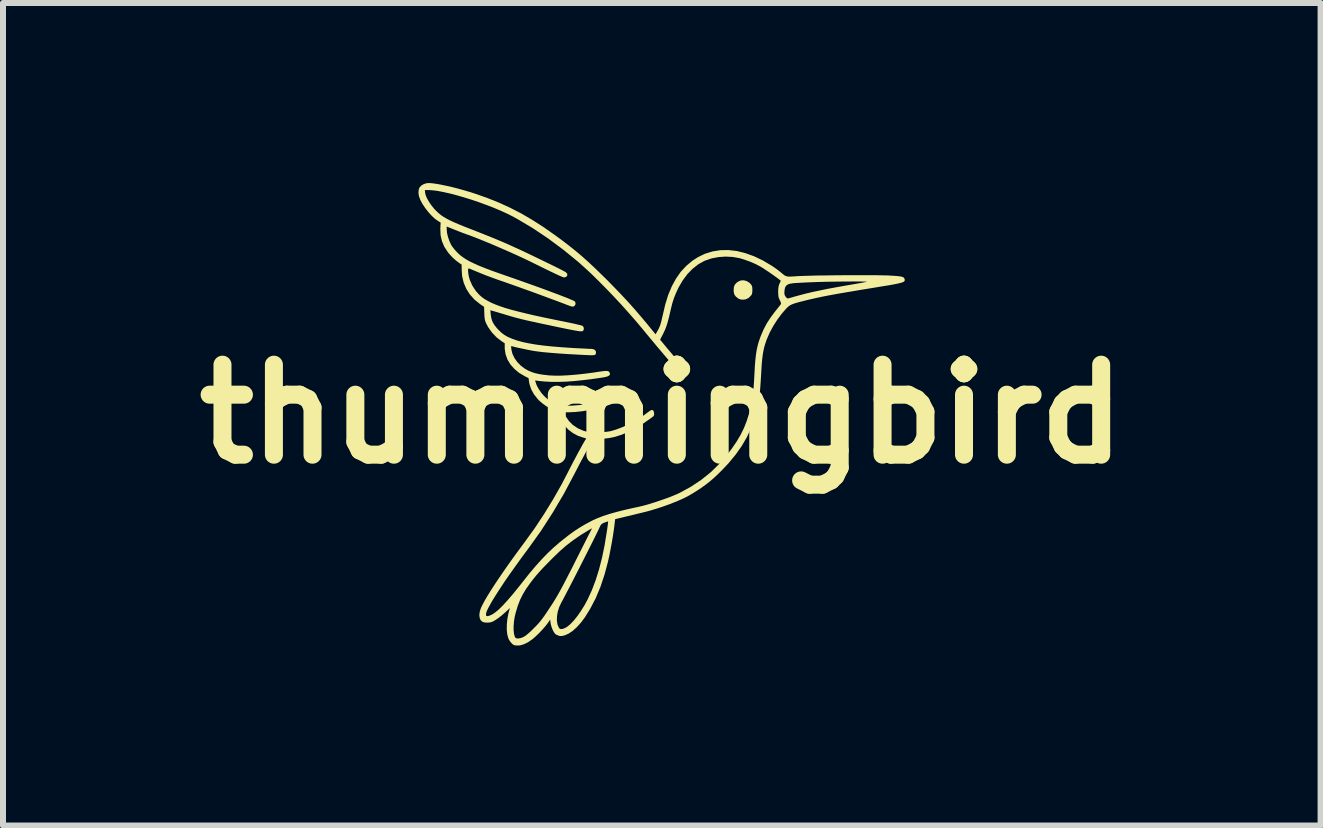
<source format=kicad_pcb>
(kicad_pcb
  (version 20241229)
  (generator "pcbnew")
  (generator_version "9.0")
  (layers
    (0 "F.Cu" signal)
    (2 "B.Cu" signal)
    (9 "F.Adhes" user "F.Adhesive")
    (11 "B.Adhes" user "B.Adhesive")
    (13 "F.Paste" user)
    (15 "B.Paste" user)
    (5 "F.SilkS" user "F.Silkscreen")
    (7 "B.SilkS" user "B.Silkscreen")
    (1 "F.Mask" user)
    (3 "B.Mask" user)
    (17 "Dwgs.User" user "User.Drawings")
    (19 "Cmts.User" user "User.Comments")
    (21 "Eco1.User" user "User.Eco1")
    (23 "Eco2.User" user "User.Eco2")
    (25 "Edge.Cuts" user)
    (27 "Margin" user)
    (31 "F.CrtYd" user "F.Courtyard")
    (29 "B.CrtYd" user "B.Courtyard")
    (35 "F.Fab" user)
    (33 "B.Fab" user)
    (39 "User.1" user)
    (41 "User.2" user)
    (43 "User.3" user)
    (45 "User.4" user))
  (footprint "thummingbird"
    (layer "F.Cu")
    (at 7.979 3.849)
    (property "Reference" "thummingbird" (at 0 0 0) (layer "F.SilkS") (effects (font (size 1.5 1.5) (thickness 0.3))))
    (attr board_only exclude_from_pos_files exclude_from_bom)
    (fp_poly (pts (xy 1.414 -2.215) (xy 1.459 -2.188) (xy 1.489 -2.156) (xy 1.502 -2.133) (xy 1.508 -2.104) (xy 1.509 -2.066) (xy 1.507 -2.025) (xy 1.501 -1.997) (xy 1.489 -1.977) (xy 1.448 -1.935) (xy 1.4 -1.911) (xy 1.353 -1.905) (xy 1.309 -1.909) (xy 1.274 -1.924) (xy 1.27 -1.927) (xy 1.231 -1.959) (xy 1.208 -1.993) (xy 1.198 -2.036) (xy 1.197 -2.066) (xy 1.201 -2.116) (xy 1.216 -2.155) (xy 1.246 -2.187) (xy 1.27 -2.205) (xy 1.315 -2.225) (xy 1.365 -2.228)) (stroke (width 0) (type solid)) (fill yes) (layer "F.SilkS"))
    (fp_poly (pts (xy -3.836 -3.846) (xy -3.768 -3.837) (xy -3.687 -3.823) (xy -3.596 -3.804) (xy -3.498 -3.782) (xy -3.396 -3.756) (xy -3.293 -3.727) (xy -3.191 -3.697) (xy -3.12 -3.674) (xy -2.911 -3.601) (xy -2.714 -3.522) (xy -2.526 -3.436) (xy -2.341 -3.341) (xy -2.158 -3.234) (xy -1.972 -3.115) (xy -1.792 -2.989) (xy -1.667 -2.898) (xy -1.552 -2.81) (xy -1.443 -2.723) (xy -1.336 -2.633) (xy -1.23 -2.538) (xy -1.119 -2.435) (xy -1.002 -2.321) (xy -0.922 -2.243) (xy -0.79 -2.108) (xy -0.669 -1.982) (xy -0.556 -1.861) (xy -0.448 -1.74) (xy -0.341 -1.615) (xy -0.231 -1.484) (xy -0.23 -1.482) (xy -0.104 -1.328) (xy -0.077 -1.375) (xy -0.05 -1.425) (xy -0.027 -1.48) (xy -0.008 -1.545) (xy 0.01 -1.623) (xy 0.016 -1.649) (xy 0.057 -1.825) (xy 0.107 -1.986) (xy 0.167 -2.129) (xy 0.237 -2.257) (xy 0.316 -2.37) (xy 0.407 -2.468) (xy 0.508 -2.553) (xy 0.603 -2.614) (xy 0.721 -2.671) (xy 0.846 -2.709) (xy 0.976 -2.73) (xy 1.111 -2.732) (xy 1.249 -2.716) (xy 1.391 -2.681) (xy 1.536 -2.629) (xy 1.683 -2.559) (xy 1.831 -2.471) (xy 1.842 -2.464) (xy 1.886 -2.434) (xy 1.93 -2.402) (xy 1.968 -2.372) (xy 1.983 -2.36) (xy 2.016 -2.332) (xy 2.042 -2.312) (xy 2.066 -2.299) (xy 2.092 -2.292) (xy 2.125 -2.289) (xy 2.167 -2.291) (xy 2.223 -2.294) (xy 2.241 -2.296) (xy 2.287 -2.298) (xy 2.351 -2.301) (xy 2.43 -2.303) (xy 2.522 -2.306) (xy 2.623 -2.308) (xy 2.733 -2.309) (xy 2.849 -2.311) (xy 2.967 -2.312) (xy 3.087 -2.313) (xy 3.206 -2.313) (xy 3.321 -2.313) (xy 3.43 -2.313) (xy 3.531 -2.313) (xy 3.621 -2.312) (xy 3.699 -2.31) (xy 3.761 -2.309) (xy 3.795 -2.307) (xy 3.87 -2.303) (xy 3.928 -2.298) (xy 3.971 -2.293) (xy 4.002 -2.287) (xy 4.023 -2.279) (xy 4.035 -2.268) (xy 4.043 -2.256) (xy 4.044 -2.254) (xy 4.048 -2.239) (xy 4.048 -2.225) (xy 4.042 -2.213) (xy 4.028 -2.202) (xy 4.004 -2.192) (xy 3.969 -2.182) (xy 3.922 -2.171) (xy 3.861 -2.159) (xy 3.784 -2.145) (xy 3.69 -2.13) (xy 3.659 -2.125) (xy 3.485 -2.096) (xy 3.329 -2.071) (xy 3.189 -2.047) (xy 3.064 -2.026) (xy 2.952 -2.007) (xy 2.851 -1.989) (xy 2.761 -1.972) (xy 2.679 -1.956) (xy 2.604 -1.94) (xy 2.535 -1.925) (xy 2.47 -1.91) (xy 2.407 -1.895) (xy 2.364 -1.884) (xy 2.292 -1.866) (xy 2.235 -1.85) (xy 2.192 -1.836) (xy 2.158 -1.822) (xy 2.132 -1.808) (xy 2.109 -1.791) (xy 2.087 -1.771) (xy 2.076 -1.76) (xy 2 -1.673) (xy 1.926 -1.574) (xy 1.857 -1.466) (xy 1.798 -1.357) (xy 1.752 -1.251) (xy 1.744 -1.231) (xy 1.724 -1.172) (xy 1.707 -1.115) (xy 1.694 -1.057) (xy 1.683 -0.995) (xy 1.674 -0.926) (xy 1.666 -0.845) (xy 1.66 -0.751) (xy 1.656 -0.677) (xy 1.651 -0.599) (xy 1.646 -0.521) (xy 1.641 -0.448) (xy 1.636 -0.383) (xy 1.63 -0.33) (xy 1.626 -0.296) (xy 1.593 -0.109) (xy 1.548 0.065) (xy 1.49 0.228) (xy 1.419 0.383) (xy 1.333 0.531) (xy 1.231 0.676) (xy 1.112 0.82) (xy 1.016 0.922) (xy 0.94 0.998) (xy 0.872 1.062) (xy 0.805 1.12) (xy 0.736 1.174) (xy 0.66 1.229) (xy 0.612 1.261) (xy 0.526 1.316) (xy 0.44 1.366) (xy 0.349 1.412) (xy 0.251 1.455) (xy 0.143 1.498) (xy 0.02 1.542) (xy -0.056 1.567) (xy -0.096 1.58) (xy -0.133 1.591) (xy -0.171 1.603) (xy -0.21 1.614) (xy -0.255 1.626) (xy -0.307 1.639) (xy -0.369 1.654) (xy -0.443 1.672) (xy -0.531 1.694) (xy -0.602 1.71) (xy -0.778 1.753) (xy -0.79 1.856) (xy -0.801 1.941) (xy -0.816 2.039) (xy -0.834 2.145) (xy -0.854 2.252) (xy -0.874 2.354) (xy -0.894 2.446) (xy -0.895 2.452) (xy -0.954 2.674) (xy -1.023 2.881) (xy -1.103 3.072) (xy -1.195 3.248) (xy -1.282 3.388) (xy -1.349 3.478) (xy -1.418 3.554) (xy -1.487 3.616) (xy -1.555 3.661) (xy -1.62 3.689) (xy -1.637 3.694) (xy -1.671 3.7) (xy -1.696 3.7) (xy -1.722 3.693) (xy -1.737 3.687) (xy -1.763 3.675) (xy -1.781 3.66) (xy -1.797 3.638) (xy -1.815 3.605) (xy -1.834 3.56) (xy -1.848 3.513) (xy -1.854 3.484) (xy -1.859 3.442) (xy -1.749 3.442) (xy -1.739 3.507) (xy -1.716 3.56) (xy -1.714 3.563) (xy -1.7 3.579) (xy -1.682 3.584) (xy -1.661 3.583) (xy -1.63 3.574) (xy -1.596 3.557) (xy -1.58 3.548) (xy -1.525 3.503) (xy -1.466 3.441) (xy -1.405 3.365) (xy -1.345 3.278) (xy -1.286 3.183) (xy -1.237 3.091) (xy -1.166 2.937) (xy -1.103 2.771) (xy -1.047 2.592) (xy -0.997 2.398) (xy -0.954 2.189) (xy -0.917 1.962) (xy -0.915 1.949) (xy -0.907 1.896) (xy -0.901 1.851) (xy -0.897 1.816) (xy -0.894 1.795) (xy -0.894 1.79) (xy -0.904 1.792) (xy -0.926 1.799) (xy -0.954 1.809) (xy -0.984 1.822) (xy -1.004 1.835) (xy -1.019 1.853) (xy -1.034 1.881) (xy -1.04 1.895) (xy -1.057 1.932) (xy -1.083 1.985) (xy -1.115 2.05) (xy -1.153 2.127) (xy -1.196 2.212) (xy -1.242 2.304) (xy -1.291 2.4) (xy -1.341 2.499) (xy -1.392 2.599) (xy -1.442 2.697) (xy -1.49 2.79) (xy -1.535 2.878) (xy -1.577 2.958) (xy -1.613 3.027) (xy -1.643 3.084) (xy -1.666 3.127) (xy -1.673 3.139) (xy -1.709 3.215) (xy -1.734 3.293) (xy -1.747 3.37) (xy -1.749 3.442) (xy -1.859 3.442) (xy -1.861 3.427) (xy -1.904 3.489) (xy -1.943 3.539) (xy -1.991 3.594) (xy -2.045 3.651) (xy -2.1 3.704) (xy -2.149 3.747) (xy -2.163 3.758) (xy -2.234 3.806) (xy -2.301 3.838) (xy -2.363 3.856) (xy -2.396 3.858) (xy -2.428 3.857) (xy -2.453 3.854) (xy -2.462 3.852) (xy -2.489 3.835) (xy -2.518 3.804) (xy -2.544 3.767) (xy -2.559 3.736) (xy -2.576 3.672) (xy -2.584 3.594) (xy -2.583 3.537) (xy -2.47 3.537) (xy -2.47 3.603) (xy -2.464 3.66) (xy -2.453 3.704) (xy -2.44 3.729) (xy -2.42 3.74) (xy -2.388 3.741) (xy -2.349 3.733) (xy -2.307 3.717) (xy -2.305 3.716) (xy -2.273 3.696) (xy -2.233 3.664) (xy -2.183 3.62) (xy -2.134 3.571) (xy -2.091 3.528) (xy -2.054 3.488) (xy -2.021 3.449) (xy -1.988 3.406) (xy -1.952 3.356) (xy -1.911 3.295) (xy -1.893 3.268) (xy -1.857 3.213) (xy -1.824 3.163) (xy -1.793 3.114) (xy -1.763 3.064) (xy -1.733 3.013) (xy -1.702 2.958) (xy -1.669 2.898) (xy -1.633 2.83) (xy -1.593 2.753) (xy -1.548 2.665) (xy -1.496 2.565) (xy -1.438 2.449) (xy -1.398 2.369) (xy -1.163 1.904) (xy -1.209 1.93) (xy -1.347 2.014) (xy -1.471 2.099) (xy -1.587 2.187) (xy -1.699 2.285) (xy -1.814 2.396) (xy -1.828 2.41) (xy -1.899 2.482) (xy -1.959 2.543) (xy -2.009 2.596) (xy -2.051 2.643) (xy -2.09 2.687) (xy -2.125 2.73) (xy -2.16 2.774) (xy -2.197 2.823) (xy -2.2 2.827) (xy -2.265 2.919) (xy -2.318 3.008) (xy -2.363 3.099) (xy -2.401 3.198) (xy -2.435 3.311) (xy -2.438 3.322) (xy -2.454 3.393) (xy -2.465 3.466) (xy -2.47 3.537) (xy -2.583 3.537) (xy -2.583 3.508) (xy -2.574 3.417) (xy -2.557 3.326) (xy -2.545 3.28) (xy -2.531 3.233) (xy -2.606 3.303) (xy -2.667 3.356) (xy -2.726 3.402) (xy -2.78 3.438) (xy -2.825 3.463) (xy -2.828 3.464) (xy -2.867 3.474) (xy -2.913 3.477) (xy -2.957 3.473) (xy -2.988 3.464) (xy -3.018 3.438) (xy -3.035 3.399) (xy -3.041 3.35) (xy -3.034 3.294) (xy -3.016 3.237) (xy -2.991 3.184) (xy -2.955 3.116) (xy -2.909 3.037) (xy -2.852 2.945) (xy -2.787 2.844) (xy -2.714 2.735) (xy -2.634 2.618) (xy -2.548 2.495) (xy -2.457 2.368) (xy -2.361 2.237) (xy -2.281 2.129) (xy -2.12 1.906) (xy -1.963 1.669) (xy -1.812 1.423) (xy -1.67 1.173) (xy -1.563 0.967) (xy -1.536 0.913) (xy -1.504 0.852) (xy -1.471 0.788) (xy -1.436 0.723) (xy -1.402 0.658) (xy -1.368 0.597) (xy -1.338 0.542) (xy -1.312 0.494) (xy -1.29 0.457) (xy -1.276 0.433) (xy -1.269 0.424) (xy -1.261 0.415) (xy -1.269 0.405) (xy -1.296 0.396) (xy -1.314 0.392) (xy -1.399 0.363) (xy -1.482 0.318) (xy -1.559 0.259) (xy -1.627 0.188) (xy -1.682 0.11) (xy -1.698 0.079) (xy -1.716 0.042) (xy -1.73 0.009) (xy -1.738 -0.014) (xy -1.739 -0.02) (xy -1.743 -0.035) (xy -1.756 -0.047) (xy -1.783 -0.06) (xy -1.815 -0.071) (xy -1.867 -0.095) (xy -1.925 -0.13) (xy -1.984 -0.172) (xy -2.038 -0.218) (xy -2.064 -0.244) (xy -2.13 -0.327) (xy -2.177 -0.412) (xy -2.206 -0.5) (xy -2.21 -0.522) (xy -2.221 -0.598) (xy -2.285 -0.63) (xy -2.379 -0.686) (xy -2.459 -0.753) (xy -2.524 -0.827) (xy -2.573 -0.909) (xy -2.604 -0.996) (xy -2.618 -1.088) (xy -2.618 -1.107) (xy -2.618 -1.179) (xy -2.669 -1.212) (xy -2.754 -1.277) (xy -2.83 -1.357) (xy -2.894 -1.447) (xy -2.928 -1.511) (xy -2.94 -1.54) (xy -2.948 -1.569) (xy -2.954 -1.603) (xy -2.957 -1.648) (xy -2.958 -1.677) (xy -2.962 -1.786) (xy -3.03 -1.832) (xy -3.122 -1.906) (xy -3.198 -1.991) (xy -3.258 -2.085) (xy -3.302 -2.188) (xy -3.328 -2.298) (xy -3.335 -2.396) (xy -3.336 -2.49) (xy -3.38 -2.519) (xy -3.434 -2.56) (xy -3.491 -2.612) (xy -3.544 -2.67) (xy -3.565 -2.696) (xy -3.624 -2.785) (xy -3.664 -2.879) (xy -3.687 -2.979) (xy -3.691 -3.087) (xy -3.691 -3.092) (xy -3.686 -3.191) (xy -3.724 -3.213) (xy -3.777 -3.25) (xy -3.834 -3.302) (xy -3.89 -3.364) (xy -3.944 -3.433) (xy -3.991 -3.504) (xy -4.026 -3.57) (xy -4.048 -3.632) (xy -4.056 -3.692) (xy -4.051 -3.732) (xy -3.949 -3.732) (xy -3.944 -3.683) (xy -3.933 -3.64) (xy -3.91 -3.588) (xy -3.877 -3.531) (xy -3.838 -3.474) (xy -3.794 -3.42) (xy -3.784 -3.409) (xy -3.748 -3.373) (xy -3.713 -3.341) (xy -3.676 -3.311) (xy -3.634 -3.283) (xy -3.586 -3.255) (xy -3.53 -3.226) (xy -3.463 -3.195) (xy -3.384 -3.161) (xy -3.291 -3.123) (xy -3.181 -3.08) (xy -3.173 -3.077) (xy -3.061 -3.033) (xy -2.96 -2.993) (xy -2.867 -2.956) (xy -2.781 -2.921) (xy -2.698 -2.886) (xy -2.618 -2.852) (xy -2.537 -2.816) (xy -2.454 -2.778) (xy -2.365 -2.738) (xy -2.27 -2.693) (xy -2.165 -2.643) (xy -2.049 -2.587) (xy -1.919 -2.524) (xy -1.822 -2.477) (xy -1.763 -2.448) (xy -1.709 -2.421) (xy -1.663 -2.397) (xy -1.627 -2.378) (xy -1.604 -2.365) (xy -1.6 -2.362) (xy -1.578 -2.339) (xy -1.574 -2.314) (xy -1.585 -2.292) (xy -1.61 -2.279) (xy -1.631 -2.276) (xy -1.646 -2.28) (xy -1.674 -2.291) (xy -1.717 -2.31) (xy -1.775 -2.337) (xy -1.848 -2.372) (xy -1.937 -2.415) (xy -2.043 -2.467) (xy -2.13 -2.51) (xy -2.224 -2.556) (xy -2.329 -2.606) (xy -2.443 -2.658) (xy -2.561 -2.711) (xy -2.681 -2.763) (xy -2.801 -2.815) (xy -2.916 -2.863) (xy -3.024 -2.907) (xy -3.122 -2.946) (xy -3.206 -2.978) (xy -3.239 -2.989) (xy -3.277 -3.003) (xy -3.328 -3.022) (xy -3.385 -3.044) (xy -3.441 -3.066) (xy -3.451 -3.07) (xy -3.585 -3.124) (xy -3.585 -3.078) (xy -3.58 -3.021) (xy -3.565 -2.955) (xy -3.543 -2.889) (xy -3.516 -2.829) (xy -3.508 -2.813) (xy -3.482 -2.776) (xy -3.447 -2.733) (xy -3.408 -2.691) (xy -3.393 -2.676) (xy -3.354 -2.641) (xy -3.309 -2.608) (xy -3.259 -2.575) (xy -3.2 -2.542) (xy -3.131 -2.509) (xy -3.052 -2.473) (xy -2.959 -2.436) (xy -2.853 -2.395) (xy -2.73 -2.351) (xy -2.599 -2.305) (xy -2.48 -2.264) (xy -2.361 -2.222) (xy -2.243 -2.18) (xy -2.128 -2.139) (xy -2.017 -2.099) (xy -1.911 -2.06) (xy -1.813 -2.023) (xy -1.723 -1.99) (xy -1.644 -1.959) (xy -1.576 -1.933) (xy -1.522 -1.91) (xy -1.482 -1.893) (xy -1.458 -1.882) (xy -1.453 -1.878) (xy -1.438 -1.853) (xy -1.44 -1.825) (xy -1.452 -1.806) (xy -1.465 -1.794) (xy -1.479 -1.79) (xy -1.499 -1.791) (xy -1.529 -1.8) (xy -1.573 -1.816) (xy -1.578 -1.818) (xy -1.651 -1.846) (xy -1.739 -1.879) (xy -1.839 -1.916) (xy -1.947 -1.956) (xy -2.06 -1.998) (xy -2.175 -2.04) (xy -2.287 -2.08) (xy -2.395 -2.119) (xy -2.494 -2.154) (xy -2.582 -2.185) (xy -2.618 -2.198) (xy -2.729 -2.236) (xy -2.825 -2.271) (xy -2.912 -2.303) (xy -2.993 -2.335) (xy -3.074 -2.368) (xy -3.158 -2.403) (xy -3.181 -2.413) (xy -3.207 -2.423) (xy -3.219 -2.426) (xy -3.225 -2.419) (xy -3.228 -2.409) (xy -3.229 -2.382) (xy -3.225 -2.342) (xy -3.217 -2.295) (xy -3.204 -2.248) (xy -3.199 -2.232) (xy -3.158 -2.139) (xy -3.1 -2.051) (xy -3.044 -1.988) (xy -3.005 -1.953) (xy -2.961 -1.92) (xy -2.909 -1.889) (xy -2.85 -1.858) (xy -2.782 -1.828) (xy -2.703 -1.798) (xy -2.614 -1.768) (xy -2.512 -1.738) (xy -2.396 -1.708) (xy -2.267 -1.676) (xy -2.121 -1.642) (xy -1.959 -1.607) (xy -1.78 -1.57) (xy -1.671 -1.548) (xy -1.592 -1.532) (xy -1.519 -1.517) (xy -1.454 -1.503) (xy -1.4 -1.49) (xy -1.357 -1.48) (xy -1.33 -1.472) (xy -1.321 -1.469) (xy -1.305 -1.449) (xy -1.299 -1.421) (xy -1.306 -1.395) (xy -1.311 -1.389) (xy -1.317 -1.384) (xy -1.324 -1.38) (xy -1.334 -1.378) (xy -1.349 -1.378) (xy -1.37 -1.379) (xy -1.398 -1.383) (xy -1.435 -1.389) (xy -1.483 -1.398) (xy -1.542 -1.409) (xy -1.615 -1.424) (xy -1.703 -1.442) (xy -1.807 -1.464) (xy -1.91 -1.486) (xy -2.02 -1.509) (xy -2.114 -1.53) (xy -2.195 -1.547) (xy -2.265 -1.563) (xy -2.328 -1.578) (xy -2.385 -1.593) (xy -2.441 -1.607) (xy -2.498 -1.623) (xy -2.558 -1.641) (xy -2.625 -1.661) (xy -2.645 -1.667) (xy -2.706 -1.685) (xy -2.759 -1.701) (xy -2.804 -1.714) (xy -2.836 -1.723) (xy -2.854 -1.729) (xy -2.856 -1.729) (xy -2.856 -1.72) (xy -2.855 -1.697) (xy -2.852 -1.663) (xy -2.851 -1.653) (xy -2.84 -1.59) (xy -2.82 -1.534) (xy -2.789 -1.481) (xy -2.745 -1.426) (xy -2.716 -1.396) (xy -2.671 -1.353) (xy -2.63 -1.322) (xy -2.586 -1.295) (xy -2.559 -1.281) (xy -2.487 -1.251) (xy -2.407 -1.223) (xy -2.316 -1.198) (xy -2.214 -1.177) (xy -2.099 -1.157) (xy -1.969 -1.14) (xy -1.824 -1.125) (xy -1.663 -1.112) (xy -1.483 -1.1) (xy -1.465 -1.099) (xy -1.393 -1.095) (xy -1.326 -1.092) (xy -1.267 -1.089) (xy -1.218 -1.086) (xy -1.183 -1.085) (xy -1.165 -1.084) (xy -1.165 -1.084) (xy -1.131 -1.077) (xy -1.107 -1.058) (xy -1.096 -1.032) (xy -1.1 -1.004) (xy -1.107 -0.992) (xy -1.111 -0.987) (xy -1.118 -0.984) (xy -1.128 -0.981) (xy -1.145 -0.98) (xy -1.17 -0.979) (xy -1.206 -0.98) (xy -1.254 -0.982) (xy -1.317 -0.985) (xy -1.396 -0.989) (xy -1.427 -0.991) (xy -1.59 -1) (xy -1.735 -1.01) (xy -1.861 -1.02) (xy -1.971 -1.03) (xy -2.064 -1.041) (xy -2.126 -1.05) (xy -2.168 -1.057) (xy -2.219 -1.067) (xy -2.276 -1.079) (xy -2.333 -1.091) (xy -2.387 -1.102) (xy -2.435 -1.113) (xy -2.472 -1.122) (xy -2.494 -1.129) (xy -2.495 -1.129) (xy -2.505 -1.132) (xy -2.51 -1.127) (xy -2.511 -1.11) (xy -2.508 -1.08) (xy -2.491 -1.007) (xy -2.457 -0.934) (xy -2.409 -0.866) (xy -2.348 -0.804) (xy -2.277 -0.751) (xy -2.226 -0.723) (xy -2.171 -0.7) (xy -2.113 -0.681) (xy -2.049 -0.666) (xy -1.975 -0.654) (xy -1.886 -0.644) (xy -1.876 -0.643) (xy -1.787 -0.639) (xy -1.681 -0.639) (xy -1.561 -0.645) (xy -1.428 -0.656) (xy -1.285 -0.671) (xy -1.133 -0.691) (xy -1.07 -0.701) (xy -1.006 -0.71) (xy -0.958 -0.716) (xy -0.924 -0.718) (xy -0.901 -0.715) (xy -0.885 -0.709) (xy -0.875 -0.698) (xy -0.871 -0.69) (xy -0.863 -0.669) (xy -0.867 -0.654) (xy -0.875 -0.645) (xy -0.885 -0.636) (xy -0.902 -0.628) (xy -0.927 -0.62) (xy -0.962 -0.612) (xy -1.01 -0.604) (xy -1.074 -0.595) (xy -1.138 -0.586) (xy -1.306 -0.565) (xy -1.458 -0.549) (xy -1.596 -0.539) (xy -1.722 -0.535) (xy -1.839 -0.535) (xy -1.948 -0.541) (xy -2.054 -0.551) (xy -2.064 -0.553) (xy -2.111 -0.559) (xy -2.104 -0.531) (xy -2.084 -0.475) (xy -2.05 -0.413) (xy -2.007 -0.351) (xy -1.957 -0.295) (xy -1.905 -0.248) (xy -1.899 -0.243) (xy -1.835 -0.201) (xy -1.771 -0.171) (xy -1.702 -0.151) (xy -1.625 -0.141) (xy -1.536 -0.138) (xy -1.485 -0.14) (xy -1.361 -0.15) (xy -1.233 -0.17) (xy -1.101 -0.198) (xy -0.96 -0.237) (xy -0.808 -0.287) (xy -0.692 -0.329) (xy -0.664 -0.339) (xy -0.648 -0.341) (xy -0.636 -0.336) (xy -0.626 -0.328) (xy -0.609 -0.302) (xy -0.608 -0.274) (xy -0.623 -0.252) (xy -0.639 -0.242) (xy -0.67 -0.228) (xy -0.714 -0.211) (xy -0.766 -0.191) (xy -0.824 -0.171) (xy -0.883 -0.15) (xy -0.941 -0.131) (xy -0.967 -0.123) (xy -1.087 -0.091) (xy -1.211 -0.065) (xy -1.333 -0.045) (xy -1.448 -0.033) (xy -1.54 -0.029) (xy -1.58 -0.029) (xy -1.611 -0.027) (xy -1.629 -0.025) (xy -1.631 -0.023) (xy -1.627 -0.012) (xy -1.616 0.011) (xy -1.6 0.041) (xy -1.6 0.041) (xy -1.548 0.118) (xy -1.481 0.184) (xy -1.4 0.238) (xy -1.307 0.279) (xy -1.269 0.29) (xy -1.21 0.302) (xy -1.138 0.307) (xy -1.058 0.308) (xy -0.975 0.303) (xy -0.895 0.293) (xy -0.85 0.285) (xy -0.764 0.26) (xy -0.668 0.224) (xy -0.567 0.179) (xy -0.467 0.127) (xy -0.372 0.071) (xy -0.285 0.011) (xy -0.28 0.007) (xy -0.236 -0.026) (xy -0.205 -0.048) (xy -0.184 -0.061) (xy -0.169 -0.067) (xy -0.159 -0.067) (xy -0.149 -0.063) (xy -0.149 -0.063) (xy -0.135 -0.044) (xy -0.129 -0.012) (xy -0.128 0.009) (xy -0.132 0.025) (xy -0.144 0.04) (xy -0.168 0.059) (xy -0.183 0.07) (xy -0.314 0.162) (xy -0.438 0.238) (xy -0.557 0.299) (xy -0.674 0.347) (xy -0.791 0.383) (xy -0.847 0.395) (xy -0.886 0.402) (xy -0.938 0.408) (xy -0.994 0.413) (xy -1.04 0.416) (xy -1.09 0.419) (xy -1.125 0.422) (xy -1.146 0.426) (xy -1.158 0.43) (xy -1.164 0.437) (xy -1.167 0.445) (xy -1.173 0.461) (xy -1.188 0.49) (xy -1.208 0.53) (xy -1.234 0.578) (xy -1.261 0.627) (xy -1.293 0.687) (xy -1.331 0.758) (xy -1.372 0.835) (xy -1.412 0.913) (xy -1.449 0.984) (xy -1.451 0.988) (xy -1.628 1.322) (xy -1.816 1.641) (xy -2.014 1.948) (xy -2.207 2.218) (xy -2.33 2.384) (xy -2.44 2.537) (xy -2.54 2.677) (xy -2.628 2.805) (xy -2.705 2.922) (xy -2.773 3.028) (xy -2.832 3.124) (xy -2.881 3.212) (xy -2.895 3.238) (xy -2.918 3.287) (xy -2.93 3.327) (xy -2.929 3.355) (xy -2.924 3.365) (xy -2.907 3.369) (xy -2.878 3.363) (xy -2.842 3.348) (xy -2.817 3.335) (xy -2.769 3.301) (xy -2.711 3.252) (xy -2.645 3.186) (xy -2.57 3.104) (xy -2.486 3.006) (xy -2.392 2.891) (xy -2.315 2.794) (xy -2.205 2.655) (xy -2.101 2.532) (xy -2.001 2.421) (xy -1.903 2.32) (xy -1.805 2.227) (xy -1.704 2.14) (xy -1.652 2.098) (xy -1.553 2.02) (xy -1.461 1.953) (xy -1.372 1.895) (xy -1.281 1.841) (xy -1.182 1.788) (xy -1.153 1.773) (xy -1.074 1.737) (xy -0.984 1.702) (xy -0.88 1.668) (xy -0.761 1.634) (xy -0.626 1.6) (xy -0.473 1.565) (xy -0.396 1.549) (xy -0.312 1.529) (xy -0.217 1.503) (xy -0.115 1.471) (xy -0.011 1.436) (xy 0.091 1.4) (xy 0.186 1.363) (xy 0.269 1.328) (xy 0.306 1.31) (xy 0.487 1.211) (xy 0.659 1.096) (xy 0.818 0.968) (xy 0.963 0.826) (xy 1.069 0.704) (xy 1.165 0.579) (xy 1.245 0.462) (xy 1.313 0.347) (xy 1.369 0.233) (xy 1.415 0.116) (xy 1.454 -0.008) (xy 1.479 -0.11) (xy 1.495 -0.19) (xy 1.509 -0.268) (xy 1.52 -0.349) (xy 1.529 -0.436) (xy 1.536 -0.534) (xy 1.542 -0.647) (xy 1.544 -0.674) (xy 1.55 -0.792) (xy 1.558 -0.894) (xy 1.568 -0.983) (xy 1.58 -1.062) (xy 1.596 -1.135) (xy 1.615 -1.204) (xy 1.639 -1.273) (xy 1.652 -1.307) (xy 1.697 -1.411) (xy 1.748 -1.508) (xy 1.808 -1.601) (xy 1.88 -1.699) (xy 1.9 -1.724) (xy 1.931 -1.762) (xy 1.957 -1.795) (xy 1.976 -1.82) (xy 1.986 -1.833) (xy 1.986 -1.833) (xy 1.986 -1.847) (xy 1.977 -1.873) (xy 1.966 -1.897) (xy 1.953 -1.925) (xy 1.945 -1.951) (xy 1.941 -1.982) (xy 1.939 -2.023) (xy 1.939 -2.03) (xy 2.042 -2.03) (xy 2.044 -1.994) (xy 2.046 -1.988) (xy 2.056 -1.965) (xy 2.072 -1.943) (xy 2.09 -1.928) (xy 2.098 -1.925) (xy 2.11 -1.927) (xy 2.136 -1.934) (xy 2.174 -1.945) (xy 2.218 -1.958) (xy 2.219 -1.958) (xy 2.31 -1.983) (xy 2.409 -2.009) (xy 2.516 -2.034) (xy 2.635 -2.059) (xy 2.767 -2.086) (xy 2.913 -2.113) (xy 3.076 -2.142) (xy 3.204 -2.164) (xy 3.266 -2.175) (xy 3.321 -2.184) (xy 3.366 -2.193) (xy 3.399 -2.199) (xy 3.416 -2.203) (xy 3.418 -2.204) (xy 3.411 -2.205) (xy 3.386 -2.206) (xy 3.346 -2.207) (xy 3.293 -2.208) (xy 3.23 -2.208) (xy 3.158 -2.208) (xy 3.081 -2.207) (xy 3 -2.207) (xy 2.918 -2.206) (xy 2.836 -2.205) (xy 2.758 -2.204) (xy 2.685 -2.202) (xy 2.619 -2.2) (xy 2.564 -2.199) (xy 2.555 -2.198) (xy 2.45 -2.194) (xy 2.363 -2.19) (xy 2.292 -2.186) (xy 2.235 -2.183) (xy 2.19 -2.179) (xy 2.155 -2.174) (xy 2.129 -2.169) (xy 2.109 -2.163) (xy 2.094 -2.155) (xy 2.082 -2.146) (xy 2.071 -2.135) (xy 2.067 -2.131) (xy 2.054 -2.107) (xy 2.046 -2.071) (xy 2.042 -2.03) (xy 1.939 -2.03) (xy 1.939 -2.037) (xy 1.94 -2.086) (xy 1.945 -2.122) (xy 1.953 -2.153) (xy 1.961 -2.172) (xy 1.983 -2.22) (xy 1.957 -2.241) (xy 1.927 -2.264) (xy 1.884 -2.295) (xy 1.835 -2.33) (xy 1.782 -2.367) (xy 1.73 -2.401) (xy 1.685 -2.431) (xy 1.649 -2.453) (xy 1.647 -2.454) (xy 1.564 -2.498) (xy 1.47 -2.539) (xy 1.371 -2.574) (xy 1.295 -2.597) (xy 1.182 -2.617) (xy 1.063 -2.623) (xy 0.944 -2.615) (xy 0.829 -2.593) (xy 0.724 -2.557) (xy 0.709 -2.551) (xy 0.608 -2.495) (xy 0.514 -2.421) (xy 0.426 -2.331) (xy 0.348 -2.226) (xy 0.279 -2.108) (xy 0.269 -2.087) (xy 0.232 -2.006) (xy 0.202 -1.931) (xy 0.177 -1.853) (xy 0.155 -1.767) (xy 0.141 -1.707) (xy 0.119 -1.612) (xy 0.098 -1.533) (xy 0.077 -1.464) (xy 0.053 -1.402) (xy 0.025 -1.343) (xy 0.019 -1.331) (xy -0.029 -1.238) (xy 0.037 -1.159) (xy 0.072 -1.116) (xy 0.112 -1.069) (xy 0.154 -1.019) (xy 0.197 -0.968) (xy 0.239 -0.921) (xy 0.276 -0.878) (xy 0.308 -0.842) (xy 0.331 -0.817) (xy 0.345 -0.803) (xy 0.345 -0.802) (xy 0.358 -0.781) (xy 0.361 -0.753) (xy 0.353 -0.729) (xy 0.35 -0.725) (xy 0.332 -0.717) (xy 0.307 -0.713) (xy 0.294 -0.715) (xy 0.28 -0.721) (xy 0.263 -0.733) (xy 0.241 -0.754) (xy 0.211 -0.786) (xy 0.174 -0.828) (xy 0.125 -0.884) (xy 0.065 -0.954) (xy -0.005 -1.037) (xy -0.085 -1.131) (xy -0.172 -1.236) (xy -0.266 -1.349) (xy -0.316 -1.41) (xy -0.43 -1.546) (xy -0.552 -1.685) (xy -0.677 -1.825) (xy -0.806 -1.963) (xy -0.934 -2.096) (xy -1.06 -2.223) (xy -1.181 -2.342) (xy -1.296 -2.448) (xy -1.392 -2.534) (xy -1.643 -2.739) (xy -1.897 -2.927) (xy -2.152 -3.098) (xy -2.408 -3.25) (xy -2.481 -3.29) (xy -2.578 -3.339) (xy -2.686 -3.388) (xy -2.802 -3.437) (xy -2.924 -3.484) (xy -3.05 -3.53) (xy -3.177 -3.573) (xy -3.303 -3.612) (xy -3.426 -3.647) (xy -3.542 -3.677) (xy -3.65 -3.701) (xy -3.747 -3.719) (xy -3.831 -3.729) (xy -3.886 -3.732) (xy -3.949 -3.732) (xy -4.051 -3.732) (xy -4.05 -3.745) (xy -4.038 -3.774) (xy -4.01 -3.805) (xy -3.97 -3.83) (xy -3.923 -3.845) (xy -3.889 -3.849)) (stroke (width 0) (type solid)) (fill yes) (layer "F.SilkS")))
  (gr_rect
    (start -3 -3)
    (end 18.957 10.707)
    (stroke (width 0.1) (type default))
    (fill no)
    (layer "Edge.Cuts")))
</source>
